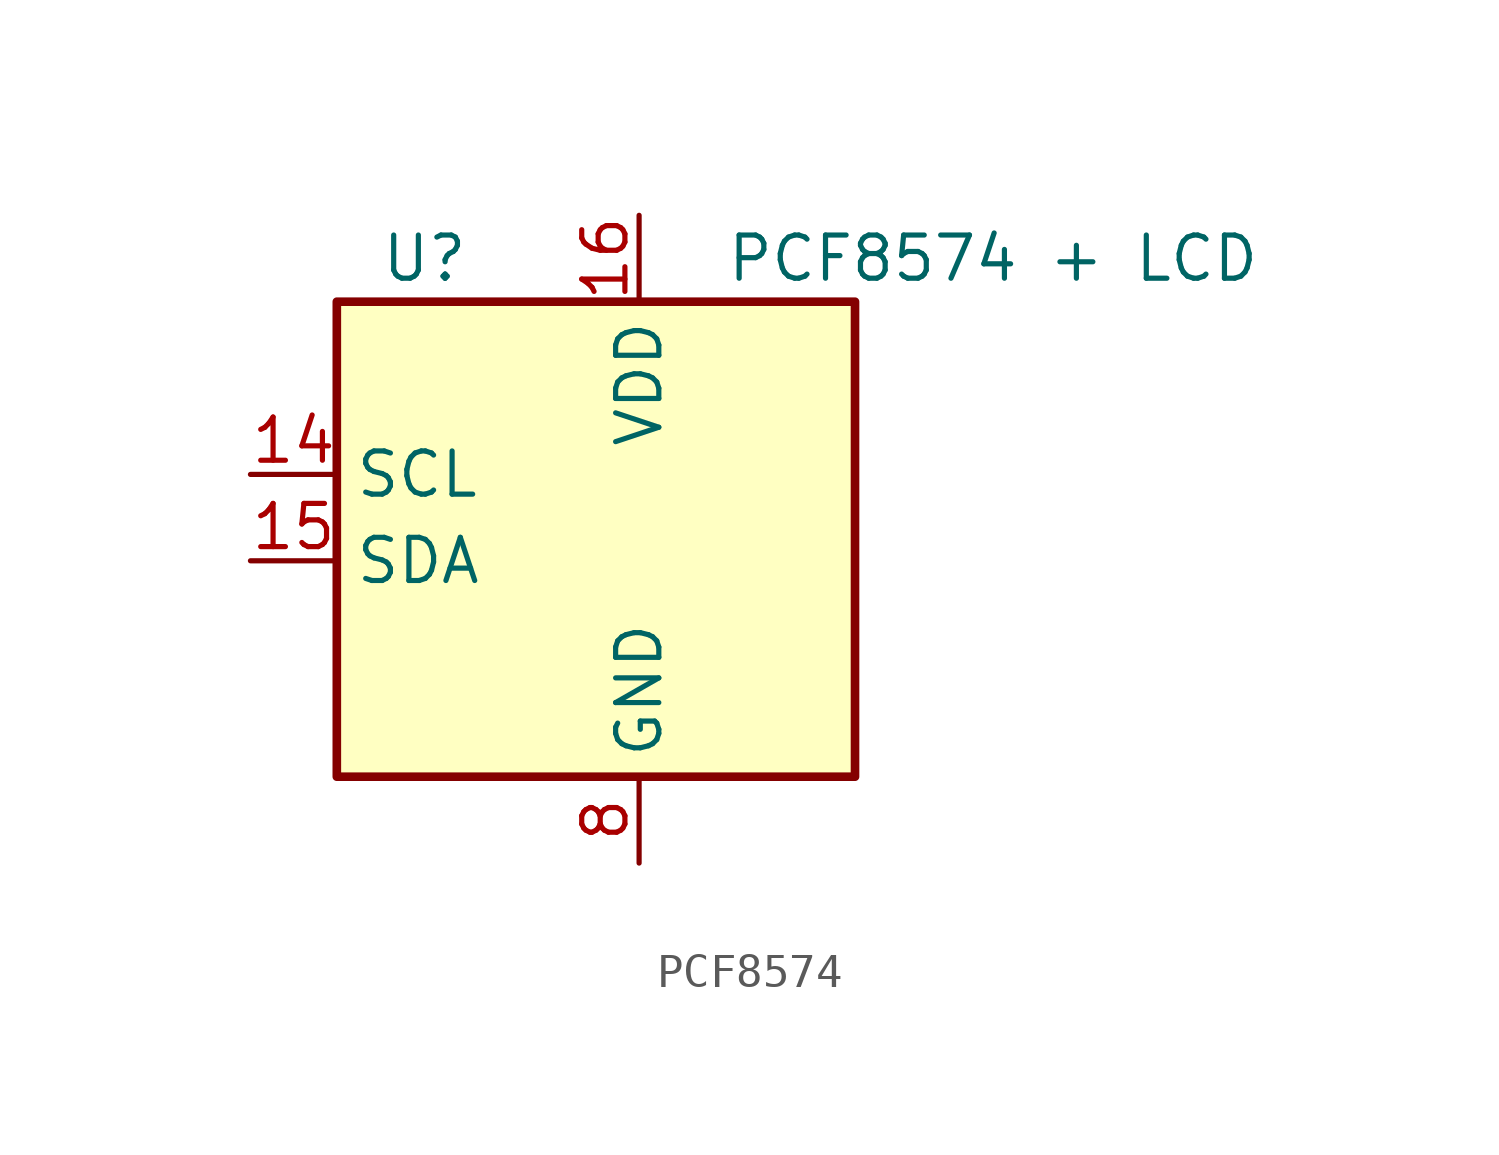
<source format=kicad_sym>
(kicad_symbol_lib
  (version 20231120)
  (generator "kicad_symbol_editor")
  (generator_version "8.0")
  (symbol "PCF8574"
    (property "Reference" "U"
      (at -8.89 16.51 0)
      (effects (font (size 1.27 1.27)) (justify left)))
    (property "Value" "PCF8574 + LCD"
      (at 1.27 16.51 0)
      (effects (font (size 1.27 1.27)) (justify left)))
    (symbol "PCF8574_0_1"
      (rectangle (start -10.16 15.24) (end 5.08 1.27) (stroke (width 0.254) (type default)) (fill (type background))))
    (symbol "PCF8574_1_1"
      (pin input line (at -12.7 10.16 0) (length 2.54) (name "SCL" (effects (font (size 1.27 1.27)))) (number "14" (effects (font (size 1.27 1.27)))))
      (pin bidirectional line (at -12.7 7.62 0) (length 2.54) (name "SDA" (effects (font (size 1.27 1.27)))) (number "15" (effects (font (size 1.27 1.27)))))
      (pin power_in line (at -1.27 17.78 270) (length 2.54) (name "VDD" (effects (font (size 1.27 1.27)))) (number "16" (effects (font (size 1.27 1.27)))))
      (pin output line (at -1.27 -1.27 90) (length 2.54) (name "GND" (effects (font (size 1.27 1.27)))) (number "8" (effects (font (size 1.27 1.27))))))))
</source>
